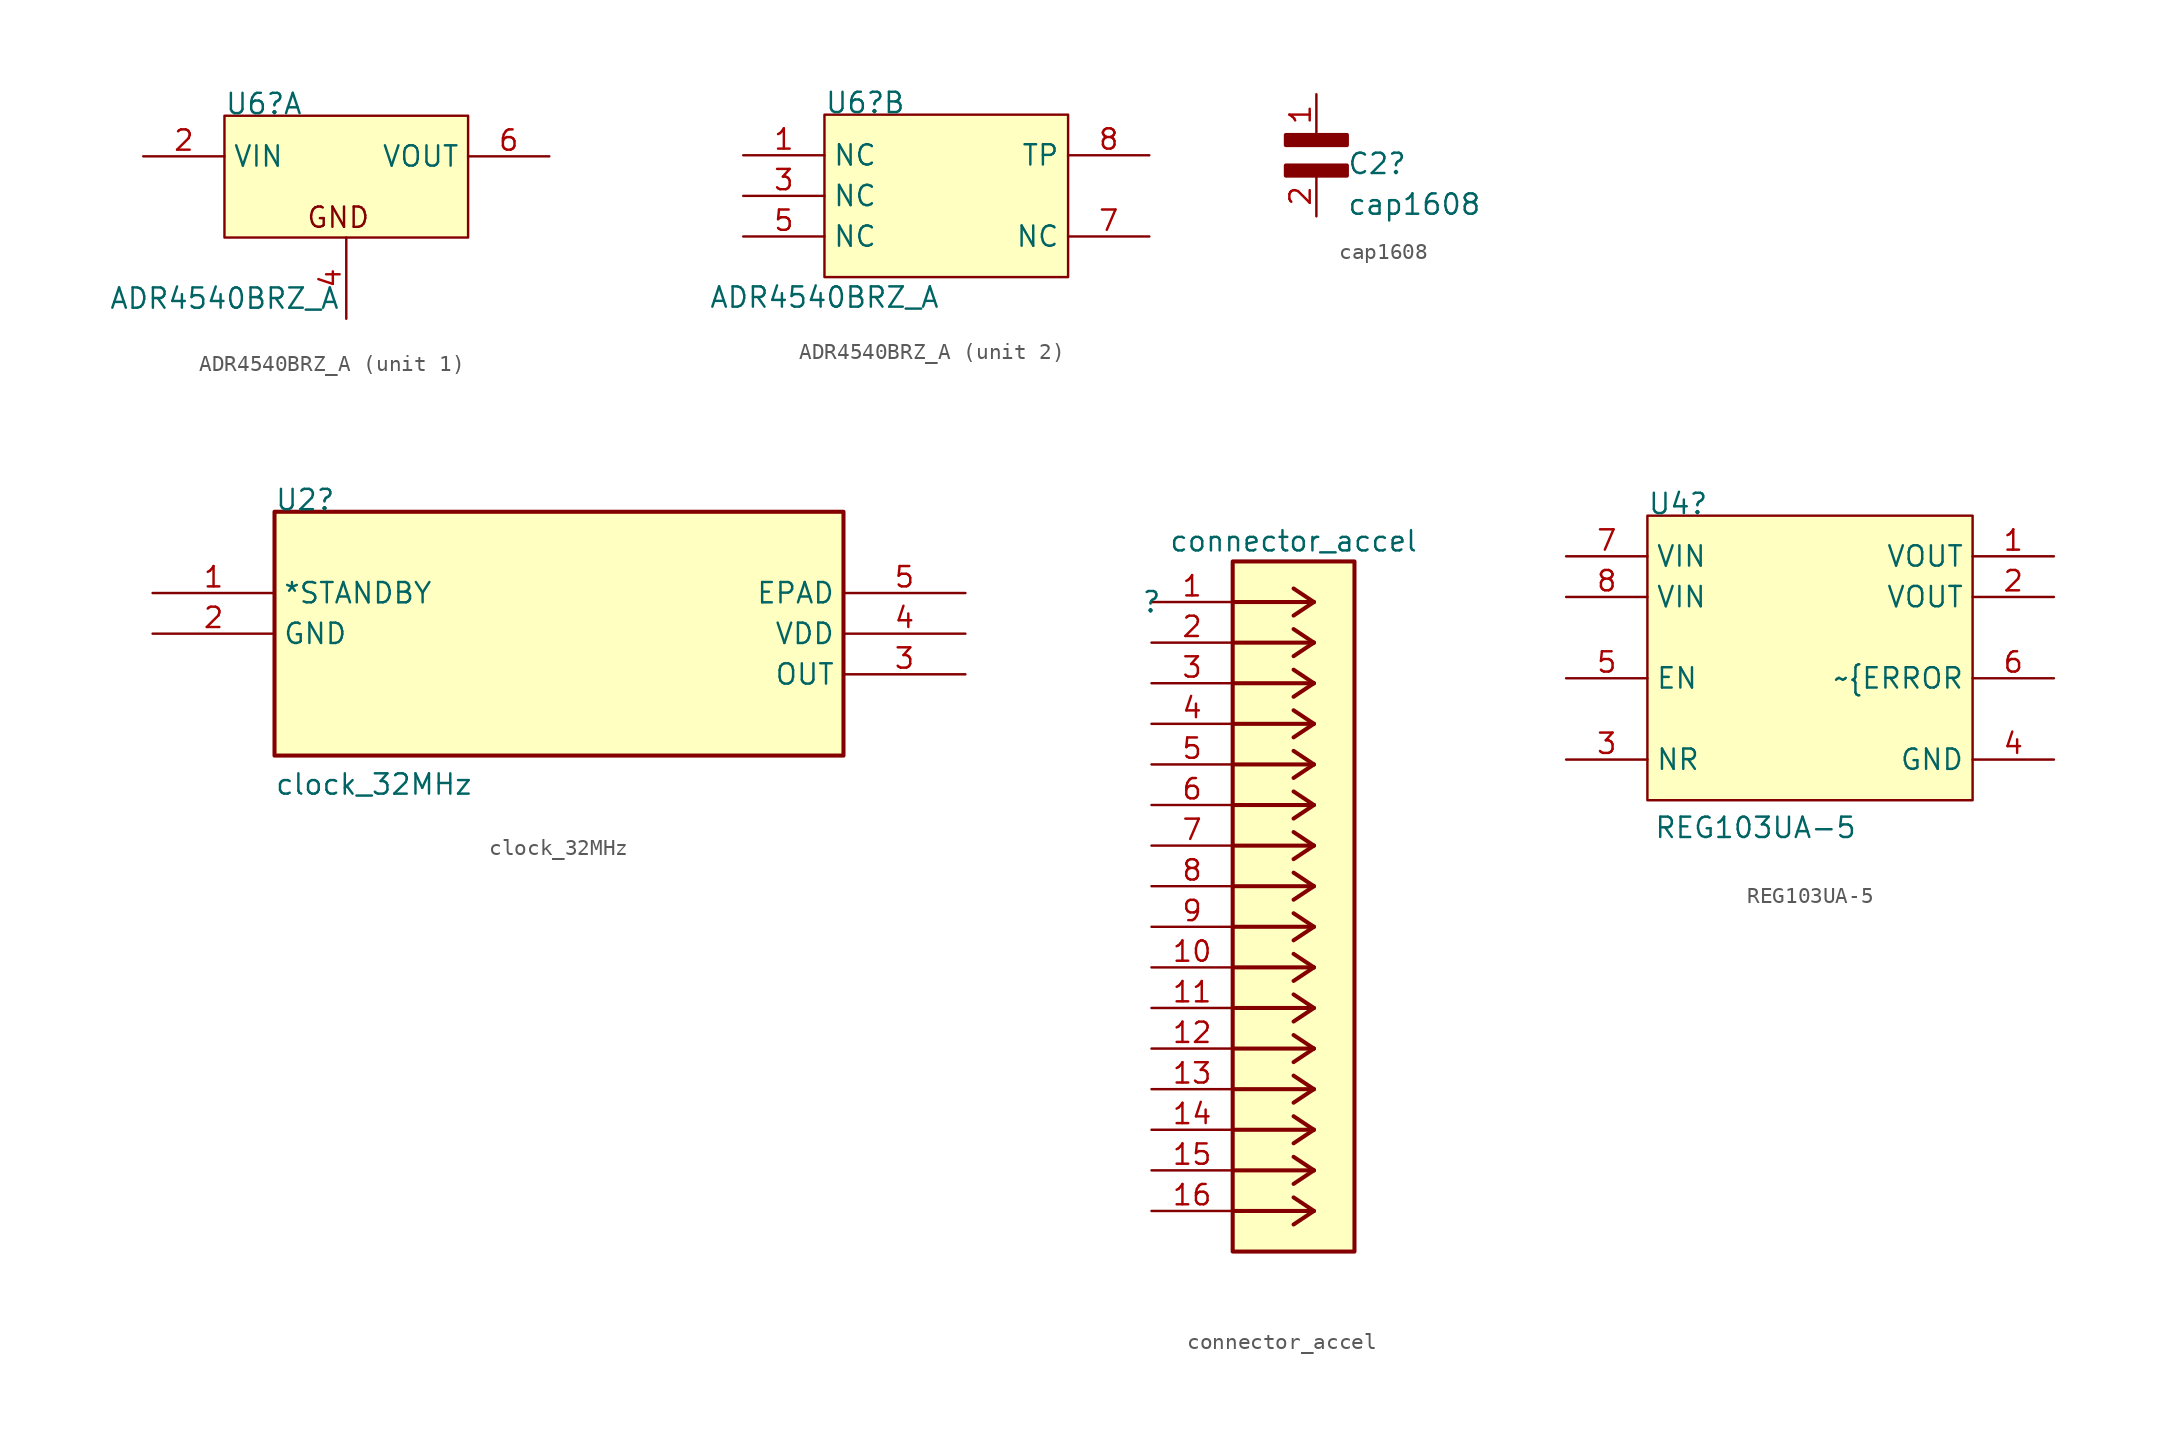
<source format=kicad_sym>
(kicad_symbol_lib
  (version 20211014)
  (generator kicad_symbol_editor)
  (symbol "ADR4540BRZ_A"
    (property "Reference" "U6"
      (at 0 0 0)
      (effects (font (size 1.27 1.27)) (justify left bottom)))
    (property "Value" "ADR4540BRZ_A"
      (at 0 -11.43 0)
      (effects (font (size 1.27 1.27))))
    (symbol "ADR4540BRZ_A_1_0"
      (rectangle (start 15.24 0) (end 0 -7.62) (stroke (width 0) (type default) (color 0 0 0 0)) (fill (type background)))
      (text "GND" (at 5.08 -7.112 0) (effects (font (size 1.27 1.27)) (justify left bottom)))
      (pin power_in line (at -5.08 -2.54 0) (length 5.08) (name "VIN" (effects (font (size 1.27 1.27)))) (number "2" (effects (font (size 1.27 1.27)))))
      (pin power_in line (at 7.62 -12.7 90) (length 5.08) (name "GND" (effects (font (size 0 0)))) (number "4" (effects (font (size 1.27 1.27)))))
      (pin power_in line (at 20.32 -2.54 180) (length 5.08) (name "VOUT" (effects (font (size 1.27 1.27)))) (number "6" (effects (font (size 1.27 1.27))))))
    (symbol "ADR4540BRZ_A_2_0"
      (rectangle (start 15.24 0) (end 0 -10.16) (stroke (width 0) (type default) (color 0 0 0 0)) (fill (type background)))
      (pin passive line (at -5.08 -2.54 0) (length 5.08) (name "NC" (effects (font (size 1.27 1.27)))) (number "1" (effects (font (size 1.27 1.27)))))
      (pin passive line (at -5.08 -5.08 0) (length 5.08) (name "NC" (effects (font (size 1.27 1.27)))) (number "3" (effects (font (size 1.27 1.27)))))
      (pin passive line (at -5.08 -7.62 0) (length 5.08) (name "NC" (effects (font (size 1.27 1.27)))) (number "5" (effects (font (size 1.27 1.27)))))
      (pin passive line (at 20.32 -7.62 180) (length 5.08) (name "NC" (effects (font (size 1.27 1.27)))) (number "7" (effects (font (size 1.27 1.27)))))
      (pin passive line (at 20.32 -2.54 180) (length 5.08) (name "TP" (effects (font (size 1.27 1.27)))) (number "8" (effects (font (size 1.27 1.27)))))))
  (symbol "cap1608"
    (property "Reference" "C2"
      (at 1.905 -2.54 0)
      (effects (font (size 1.27 1.27)) (justify left bottom)))
    (property "Value" "cap1608"
      (at 1.905 -5.08 0)
      (effects (font (size 1.27 1.27)) (justify left bottom)))
    (property "Footprint" ""
      (at 0 0 0)
      (effects (font (size 1.27 1.27))))
    (property "MF" ""
      (at -1.907 3.048 0)
      (effects (font (size 1.27 1.27)) (justify left bottom)))
    (property "SOURCE" ""
      (at -1.907 3.048 0)
      (effects (font (size 1.27 1.27)) (justify left bottom)))
    (symbol "cap1608_1_0"
      (rectangle (start 1.905 -1.907) (end -1.907 -2.54) (stroke (width 0.254) (type default) (color 0 0 0 0)) (fill (type outline)))
      (rectangle (start 1.905 0) (end -1.907 -0.635) (stroke (width 0.254) (type default) (color 0 0 0 0)) (fill (type outline)))
      (pin passive line (at 0 2.54 270) (length 2.54) (name "1" (effects (font (size 0 0)))) (number "1" (effects (font (size 1.27 1.27)))))
      (pin passive line (at 0 -5.08 90) (length 2.54) (name "2" (effects (font (size 0 0)))) (number "2" (effects (font (size 1.27 1.27)))))))
  (symbol "clock_32MHz"
    (property "Reference" "U2"
      (at 7.62 5.08 0)
      (effects (font (size 1.27 1.27)) (justify left bottom)))
    (property "Value" "clock_32MHz"
      (at 7.62 -12.7 0)
      (effects (font (size 1.27 1.27)) (justify left bottom)))
    (symbol "clock_32MHz_1_0"
      (rectangle (start 43.18 5.08) (end 7.62 -10.16) (stroke (width 0.254) (type default) (color 0 0 0 0)) (fill (type background)))
      (pin input line (at 0 0 0) (length 7.62) (name "*STANDBY" (effects (font (size 1.27 1.27)))) (number "1" (effects (font (size 1.27 1.27)))))
      (pin passive line (at 0 -2.54 0) (length 7.62) (name "GND" (effects (font (size 1.27 1.27)))) (number "2" (effects (font (size 1.27 1.27)))))
      (pin output line (at 50.8 -5.08 180) (length 7.62) (name "OUT" (effects (font (size 1.27 1.27)))) (number "3" (effects (font (size 1.27 1.27)))))
      (pin power_in line (at 50.8 -2.54 180) (length 7.62) (name "VDD" (effects (font (size 1.27 1.27)))) (number "4" (effects (font (size 1.27 1.27)))))
      (pin passive line (at 50.8 0 180) (length 7.62) (name "EPAD" (effects (font (size 1.27 1.27)))) (number "5" (effects (font (size 1.27 1.27)))))))
  (symbol "connector_accel"
    (property "Reference" ""
      (at 0 0 0)
      (effects (font (size 1.27 1.27))))
    (property "Value" "connector_accel"
      (at 8.89 3.81 0)
      (effects (font (size 1.27 1.27))))
    (symbol "connector_accel_1_0"
      (polyline (pts (xy 10.16 -38.1) (xy 5.08 -38.1)) (stroke (width 0.254) (type default) (color 0 0 0 0)) (fill (type none)))
      (polyline (pts (xy 10.16 -38.1) (xy 8.89 -38.947)) (stroke (width 0.254) (type default) (color 0 0 0 0)) (fill (type none)))
      (polyline (pts (xy 10.16 -38.1) (xy 8.89 -37.253)) (stroke (width 0.254) (type default) (color 0 0 0 0)) (fill (type none)))
      (polyline (pts (xy 10.16 -35.56) (xy 5.08 -35.56)) (stroke (width 0.254) (type default) (color 0 0 0 0)) (fill (type none)))
      (polyline (pts (xy 10.16 -35.56) (xy 8.89 -36.407)) (stroke (width 0.254) (type default) (color 0 0 0 0)) (fill (type none)))
      (polyline (pts (xy 10.16 -35.56) (xy 8.89 -34.713)) (stroke (width 0.254) (type default) (color 0 0 0 0)) (fill (type none)))
      (polyline (pts (xy 10.16 -33.02) (xy 5.08 -33.02)) (stroke (width 0.254) (type default) (color 0 0 0 0)) (fill (type none)))
      (polyline (pts (xy 10.16 -33.02) (xy 8.89 -33.867)) (stroke (width 0.254) (type default) (color 0 0 0 0)) (fill (type none)))
      (polyline (pts (xy 10.16 -33.02) (xy 8.89 -32.173)) (stroke (width 0.254) (type default) (color 0 0 0 0)) (fill (type none)))
      (polyline (pts (xy 10.16 -30.48) (xy 5.08 -30.48)) (stroke (width 0.254) (type default) (color 0 0 0 0)) (fill (type none)))
      (polyline (pts (xy 10.16 -30.48) (xy 8.89 -31.327)) (stroke (width 0.254) (type default) (color 0 0 0 0)) (fill (type none)))
      (polyline (pts (xy 10.16 -30.48) (xy 8.89 -29.633)) (stroke (width 0.254) (type default) (color 0 0 0 0)) (fill (type none)))
      (polyline (pts (xy 10.16 -27.94) (xy 5.08 -27.94)) (stroke (width 0.254) (type default) (color 0 0 0 0)) (fill (type none)))
      (polyline (pts (xy 10.16 -27.94) (xy 8.89 -28.787)) (stroke (width 0.254) (type default) (color 0 0 0 0)) (fill (type none)))
      (polyline (pts (xy 10.16 -27.94) (xy 8.89 -27.093)) (stroke (width 0.254) (type default) (color 0 0 0 0)) (fill (type none)))
      (polyline (pts (xy 10.16 -25.4) (xy 5.08 -25.4)) (stroke (width 0.254) (type default) (color 0 0 0 0)) (fill (type none)))
      (polyline (pts (xy 10.16 -25.4) (xy 8.89 -26.247)) (stroke (width 0.254) (type default) (color 0 0 0 0)) (fill (type none)))
      (polyline (pts (xy 10.16 -25.4) (xy 8.89 -24.553)) (stroke (width 0.254) (type default) (color 0 0 0 0)) (fill (type none)))
      (polyline (pts (xy 10.16 -22.86) (xy 5.08 -22.86)) (stroke (width 0.254) (type default) (color 0 0 0 0)) (fill (type none)))
      (polyline (pts (xy 10.16 -22.86) (xy 8.89 -23.707)) (stroke (width 0.254) (type default) (color 0 0 0 0)) (fill (type none)))
      (polyline (pts (xy 10.16 -22.86) (xy 8.89 -22.013)) (stroke (width 0.254) (type default) (color 0 0 0 0)) (fill (type none)))
      (polyline (pts (xy 10.16 -20.32) (xy 5.08 -20.32)) (stroke (width 0.254) (type default) (color 0 0 0 0)) (fill (type none)))
      (polyline (pts (xy 10.16 -20.32) (xy 8.89 -21.167)) (stroke (width 0.254) (type default) (color 0 0 0 0)) (fill (type none)))
      (polyline (pts (xy 10.16 -20.32) (xy 8.89 -19.473)) (stroke (width 0.254) (type default) (color 0 0 0 0)) (fill (type none)))
      (polyline (pts (xy 10.16 -17.78) (xy 5.08 -17.78)) (stroke (width 0.254) (type default) (color 0 0 0 0)) (fill (type none)))
      (polyline (pts (xy 10.16 -17.78) (xy 8.89 -18.627)) (stroke (width 0.254) (type default) (color 0 0 0 0)) (fill (type none)))
      (polyline (pts (xy 10.16 -17.78) (xy 8.89 -16.933)) (stroke (width 0.254) (type default) (color 0 0 0 0)) (fill (type none)))
      (polyline (pts (xy 10.16 -15.24) (xy 5.08 -15.24)) (stroke (width 0.254) (type default) (color 0 0 0 0)) (fill (type none)))
      (polyline (pts (xy 10.16 -15.24) (xy 8.89 -16.087)) (stroke (width 0.254) (type default) (color 0 0 0 0)) (fill (type none)))
      (polyline (pts (xy 10.16 -15.24) (xy 8.89 -14.393)) (stroke (width 0.254) (type default) (color 0 0 0 0)) (fill (type none)))
      (polyline (pts (xy 10.16 -12.7) (xy 5.08 -12.7)) (stroke (width 0.254) (type default) (color 0 0 0 0)) (fill (type none)))
      (polyline (pts (xy 10.16 -12.7) (xy 8.89 -13.547)) (stroke (width 0.254) (type default) (color 0 0 0 0)) (fill (type none)))
      (polyline (pts (xy 10.16 -12.7) (xy 8.89 -11.853)) (stroke (width 0.254) (type default) (color 0 0 0 0)) (fill (type none)))
      (polyline (pts (xy 10.16 -10.16) (xy 5.08 -10.16)) (stroke (width 0.254) (type default) (color 0 0 0 0)) (fill (type none)))
      (polyline (pts (xy 10.16 -10.16) (xy 8.89 -11.007)) (stroke (width 0.254) (type default) (color 0 0 0 0)) (fill (type none)))
      (polyline (pts (xy 10.16 -10.16) (xy 8.89 -9.313)) (stroke (width 0.254) (type default) (color 0 0 0 0)) (fill (type none)))
      (polyline (pts (xy 10.16 -7.62) (xy 5.08 -7.62)) (stroke (width 0.254) (type default) (color 0 0 0 0)) (fill (type none)))
      (polyline (pts (xy 10.16 -7.62) (xy 8.89 -8.467)) (stroke (width 0.254) (type default) (color 0 0 0 0)) (fill (type none)))
      (polyline (pts (xy 10.16 -7.62) (xy 8.89 -6.773)) (stroke (width 0.254) (type default) (color 0 0 0 0)) (fill (type none)))
      (polyline (pts (xy 10.16 -5.08) (xy 5.08 -5.08)) (stroke (width 0.254) (type default) (color 0 0 0 0)) (fill (type none)))
      (polyline (pts (xy 10.16 -5.08) (xy 8.89 -5.927)) (stroke (width 0.254) (type default) (color 0 0 0 0)) (fill (type none)))
      (polyline (pts (xy 10.16 -5.08) (xy 8.89 -4.233)) (stroke (width 0.254) (type default) (color 0 0 0 0)) (fill (type none)))
      (polyline (pts (xy 10.16 -2.54) (xy 5.08 -2.54)) (stroke (width 0.254) (type default) (color 0 0 0 0)) (fill (type none)))
      (polyline (pts (xy 10.16 -2.54) (xy 8.89 -3.387)) (stroke (width 0.254) (type default) (color 0 0 0 0)) (fill (type none)))
      (polyline (pts (xy 10.16 -2.54) (xy 8.89 -1.693)) (stroke (width 0.254) (type default) (color 0 0 0 0)) (fill (type none)))
      (polyline (pts (xy 10.16 0) (xy 5.08 0)) (stroke (width 0.254) (type default) (color 0 0 0 0)) (fill (type none)))
      (polyline (pts (xy 10.16 0) (xy 8.89 -0.847)) (stroke (width 0.254) (type default) (color 0 0 0 0)) (fill (type none)))
      (polyline (pts (xy 10.16 0) (xy 8.89 0.847)) (stroke (width 0.254) (type default) (color 0 0 0 0)) (fill (type none)))
      (rectangle (start 12.7 2.54) (end 5.08 -40.64) (stroke (width 0.254) (type default) (color 0 0 0 0)) (fill (type background)))
      (pin passive line (at 0 0 0) (length 5.08) (name "1" (effects (font (size 0 0)))) (number "1" (effects (font (size 1.27 1.27)))))
      (pin passive line (at 0 -22.86 0) (length 5.08) (name "10" (effects (font (size 0 0)))) (number "10" (effects (font (size 1.27 1.27)))))
      (pin passive line (at 0 -25.4 0) (length 5.08) (name "11" (effects (font (size 0 0)))) (number "11" (effects (font (size 1.27 1.27)))))
      (pin passive line (at 0 -27.94 0) (length 5.08) (name "12" (effects (font (size 0 0)))) (number "12" (effects (font (size 1.27 1.27)))))
      (pin passive line (at 0 -30.48 0) (length 5.08) (name "13" (effects (font (size 0 0)))) (number "13" (effects (font (size 1.27 1.27)))))
      (pin passive line (at 0 -33.02 0) (length 5.08) (name "14" (effects (font (size 0 0)))) (number "14" (effects (font (size 1.27 1.27)))))
      (pin passive line (at 0 -35.56 0) (length 5.08) (name "15" (effects (font (size 0 0)))) (number "15" (effects (font (size 1.27 1.27)))))
      (pin passive line (at 0 -38.1 0) (length 5.08) (name "16" (effects (font (size 0 0)))) (number "16" (effects (font (size 1.27 1.27)))))
      (pin passive line (at 0 -2.54 0) (length 5.08) (name "2" (effects (font (size 0 0)))) (number "2" (effects (font (size 1.27 1.27)))))
      (pin passive line (at 0 -5.08 0) (length 5.08) (name "3" (effects (font (size 0 0)))) (number "3" (effects (font (size 1.27 1.27)))))
      (pin passive line (at 0 -7.62 0) (length 5.08) (name "4" (effects (font (size 0 0)))) (number "4" (effects (font (size 1.27 1.27)))))
      (pin passive line (at 0 -10.16 0) (length 5.08) (name "5" (effects (font (size 0 0)))) (number "5" (effects (font (size 1.27 1.27)))))
      (pin passive line (at 0 -12.7 0) (length 5.08) (name "6" (effects (font (size 0 0)))) (number "6" (effects (font (size 1.27 1.27)))))
      (pin passive line (at 0 -15.24 0) (length 5.08) (name "7" (effects (font (size 0 0)))) (number "7" (effects (font (size 1.27 1.27)))))
      (pin passive line (at 0 -17.78 0) (length 5.08) (name "8" (effects (font (size 0 0)))) (number "8" (effects (font (size 1.27 1.27)))))
      (pin passive line (at 0 -20.32 0) (length 5.08) (name "9" (effects (font (size 0 0)))) (number "9" (effects (font (size 1.27 1.27)))))))
  (symbol "REG103UA-5"
    (property "Reference" "U4"
      (at 0 0 0)
      (effects (font (size 1.27 1.27)) (justify left bottom)))
    (property "Value" "REG103UA-5"
      (at 0.4 -20.24 0)
      (effects (font (size 1.27 1.27)) (justify left bottom)))
    (symbol "REG103UA-5_1_0"
      (rectangle (start 20.32 0) (end 0 -17.78) (stroke (width 0) (type default) (color 0 0 0 0)) (fill (type background)))
      (pin power_in line (at 25.4 -2.54 180) (length 5.08) (name "VOUT" (effects (font (size 1.27 1.27)))) (number "1" (effects (font (size 1.27 1.27)))))
      (pin power_in line (at 25.4 -5.08 180) (length 5.08) (name "VOUT" (effects (font (size 1.27 1.27)))) (number "2" (effects (font (size 1.27 1.27)))))
      (pin passive line (at -5.08 -15.24 0) (length 5.08) (name "NR" (effects (font (size 1.27 1.27)))) (number "3" (effects (font (size 1.27 1.27)))))
      (pin power_in line (at 25.4 -15.24 180) (length 5.08) (name "GND" (effects (font (size 1.27 1.27)))) (number "4" (effects (font (size 1.27 1.27)))))
      (pin input line (at -5.08 -10.16 0) (length 5.08) (name "EN" (effects (font (size 1.27 1.27)))) (number "5" (effects (font (size 1.27 1.27)))))
      (pin output line (at 25.4 -10.16 180) (length 5.08) (name "~{ERROR" (effects (font (size 1.27 1.27)))) (number "6" (effects (font (size 1.27 1.27)))))
      (pin power_in line (at -5.08 -2.54 0) (length 5.08) (name "VIN" (effects (font (size 1.27 1.27)))) (number "7" (effects (font (size 1.27 1.27)))))
      (pin power_in line (at -5.08 -5.08 0) (length 5.08) (name "VIN" (effects (font (size 1.27 1.27)))) (number "8" (effects (font (size 1.27 1.27))))))))
</source>
